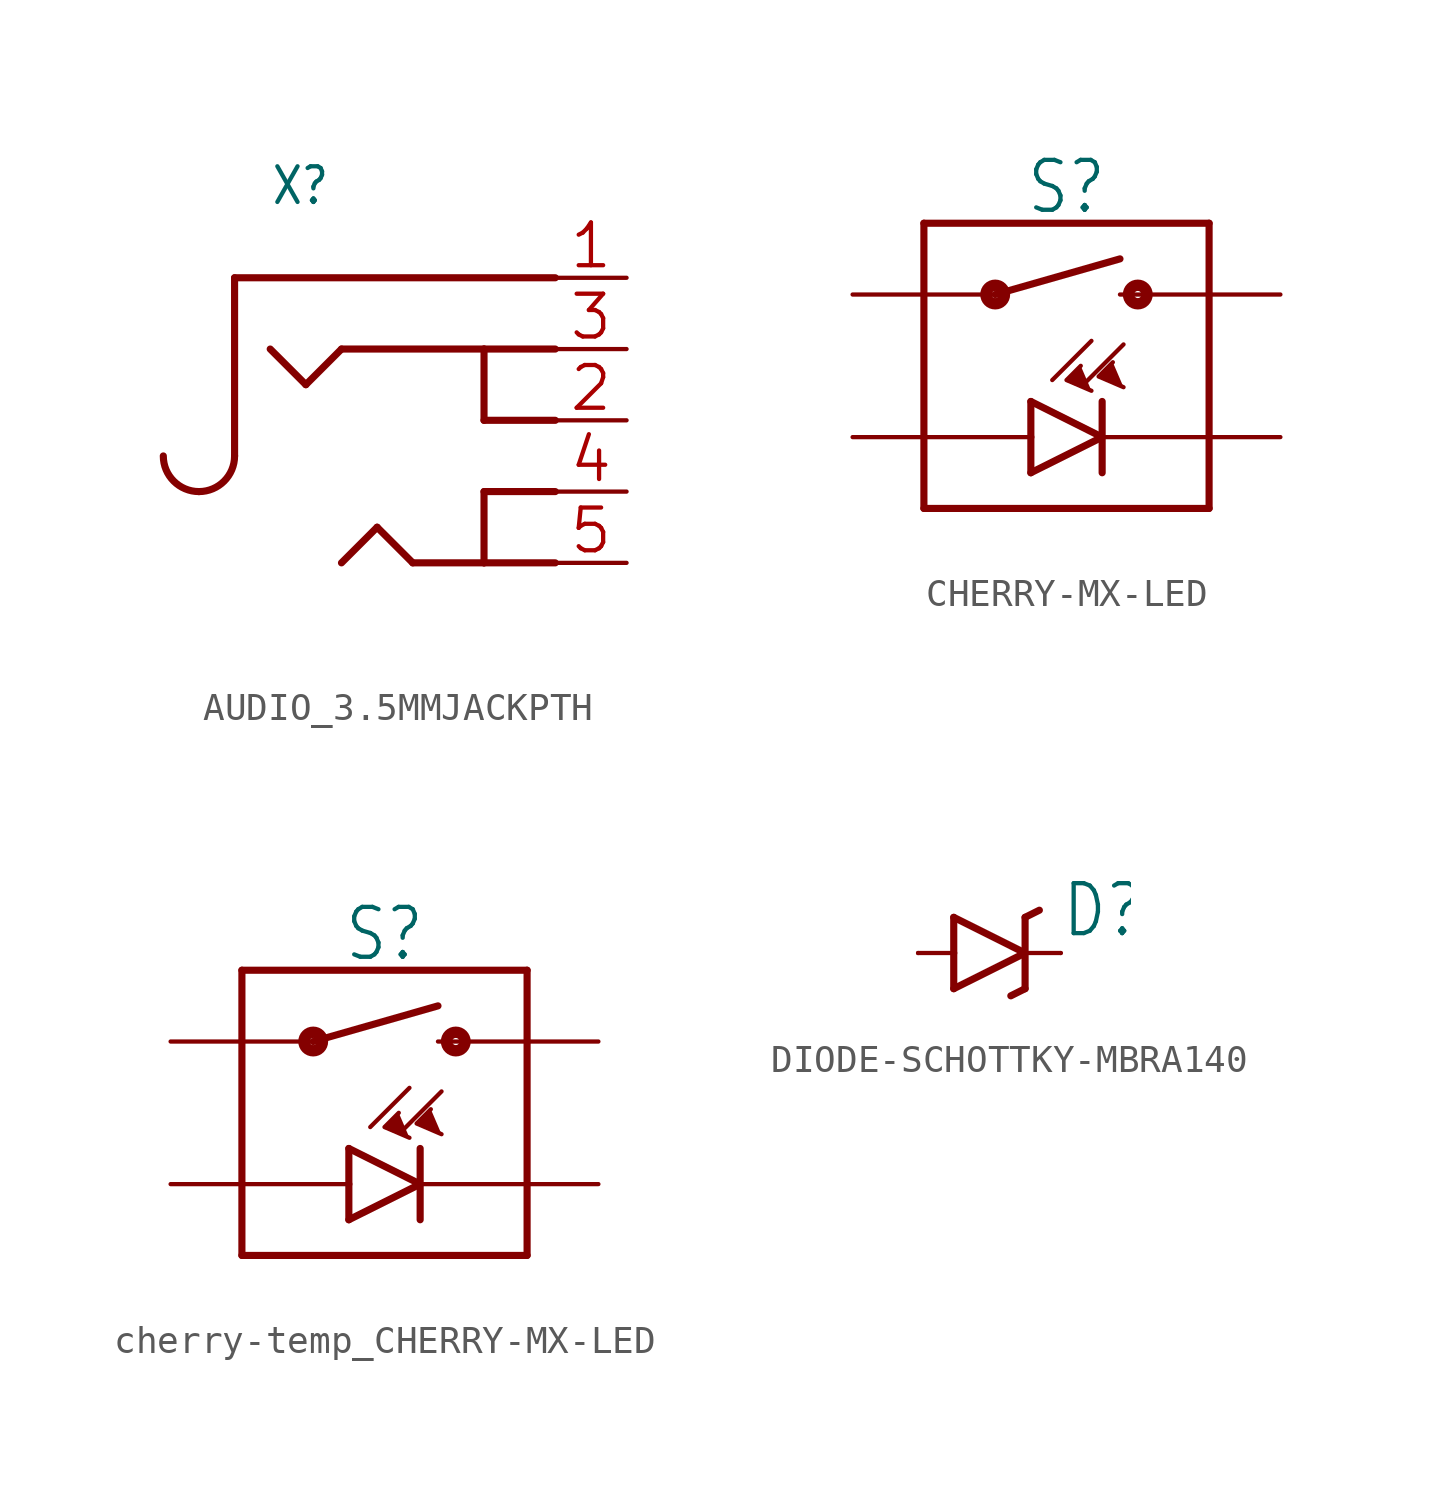
<source format=kicad_sym>
(kicad_symbol_lib
  (version 20241209)
  (generator "kicad_symbol_editor")
  (generator_version "9.0")
  (symbol "AUDIO_3.5MMJACKPTH"
    (property "Reference" "X"
      (at -5.08 7.62 0)
      (effects (font (size 1.27 1.079)) (justify left bottom)))
    (property "Value" ""
      (at -5.08 -7.62 0)
      (effects (font (size 1.27 1.079)) (justify left bottom)))
    (property "ki_locked" ""
      (at 0 0 0)
      (effects (font (size 1.27 1.27))))
    (symbol "AUDIO_3.5MMJACKPTH_1_0"
      (arc (start -6.35 -1.27) (mid -6.722 -2.168) (end -7.62 -2.54) (stroke (width 0.254) (type solid)) (fill (type none)))
      (arc (start -7.62 -2.54) (mid -8.518 -2.168) (end -8.89 -1.27) (stroke (width 0.254) (type solid)) (fill (type none)))
      (polyline (pts (xy -6.35 5.08) (xy -6.35 -1.27)) (stroke (width 0.254) (type solid)) (fill (type none)))
      (polyline (pts (xy -3.81 1.27) (xy -5.08 2.54)) (stroke (width 0.254) (type solid)) (fill (type none)))
      (polyline (pts (xy -2.54 2.54) (xy -3.81 1.27)) (stroke (width 0.254) (type solid)) (fill (type none)))
      (polyline (pts (xy -1.27 -3.81) (xy -2.54 -5.08)) (stroke (width 0.254) (type solid)) (fill (type none)))
      (polyline (pts (xy 0 -5.08) (xy -1.27 -3.81)) (stroke (width 0.254) (type solid)) (fill (type none)))
      (polyline (pts (xy 2.54 2.54) (xy -2.54 2.54)) (stroke (width 0.254) (type solid)) (fill (type none)))
      (polyline (pts (xy 2.54 0) (xy 2.54 2.54)) (stroke (width 0.254) (type solid)) (fill (type none)))
      (polyline (pts (xy 2.54 -2.54) (xy 2.54 -5.08)) (stroke (width 0.254) (type solid)) (fill (type none)))
      (polyline (pts (xy 2.54 -5.08) (xy 0 -5.08)) (stroke (width 0.254) (type solid)) (fill (type none)))
      (polyline (pts (xy 5.08 5.08) (xy -6.35 5.08)) (stroke (width 0.254) (type solid)) (fill (type none)))
      (polyline (pts (xy 5.08 2.54) (xy 2.54 2.54)) (stroke (width 0.254) (type solid)) (fill (type none)))
      (polyline (pts (xy 5.08 0) (xy 2.54 0)) (stroke (width 0.254) (type solid)) (fill (type none)))
      (polyline (pts (xy 5.08 -2.54) (xy 2.54 -2.54)) (stroke (width 0.254) (type solid)) (fill (type none)))
      (polyline (pts (xy 5.08 -5.08) (xy 2.54 -5.08)) (stroke (width 0.254) (type solid)) (fill (type none)))
      (pin bidirectional line (at 7.62 5.08 180) (length 2.54) (name "P$1" (effects (font (size 0 0)))) (number "1" (effects (font (size 1.524 1.524)))))
      (pin bidirectional line (at 7.62 2.54 180) (length 2.54) (name "P$2" (effects (font (size 0 0)))) (number "3" (effects (font (size 1.524 1.524)))))
      (pin bidirectional line (at 7.62 0 180) (length 2.54) (name "P$3" (effects (font (size 0 0)))) (number "2" (effects (font (size 1.524 1.524)))))
      (pin bidirectional line (at 7.62 -2.54 180) (length 2.54) (name "P$4" (effects (font (size 0 0)))) (number "4" (effects (font (size 1.524 1.524)))))
      (pin bidirectional line (at 7.62 -5.08 180) (length 2.54) (name "P$5" (effects (font (size 0 0)))) (number "5" (effects (font (size 1.524 1.524)))))))
  (symbol "CHERRY-MX-LED"
    (property "Reference" "S"
      (at 0 5.334 0)
      (effects (font (size 1.778 1.511)) (justify bottom)))
    (property "Value" ""
      (at 0 -5.334 0)
      (effects (font (size 1.778 1.511)) (justify top)))
    (property "ki_locked" ""
      (at 0 0 0)
      (effects (font (size 1.27 1.27))))
    (symbol "CHERRY-MX-LED_1_0"
      (polyline (pts (xy -5.08 5.08) (xy -5.08 2.54)) (stroke (width 0.254) (type solid)) (fill (type none)))
      (polyline (pts (xy -5.08 2.54) (xy -5.08 -2.54)) (stroke (width 0.254) (type solid)) (fill (type none)))
      (polyline (pts (xy -5.08 2.54) (xy -2.54 2.54)) (stroke (width 0.152) (type solid)) (fill (type none)))
      (polyline (pts (xy -5.08 -2.54) (xy -5.08 -5.08)) (stroke (width 0.254) (type solid)) (fill (type none)))
      (polyline (pts (xy -5.08 -2.54) (xy -1.27 -2.54)) (stroke (width 0.152) (type solid)) (fill (type none)))
      (polyline (pts (xy -5.08 -5.08) (xy 5.08 -5.08)) (stroke (width 0.254) (type solid)) (fill (type none)))
      (circle (center -2.54 2.54) (radius 0.127) (stroke (width 0.406) (type solid)) (fill (type none)))
      (polyline (pts (xy -2.54 2.54) (xy 1.905 3.81)) (stroke (width 0.254) (type solid)) (fill (type none)))
      (polyline (pts (xy -1.27 -2.54) (xy -1.27 -1.27)) (stroke (width 0.254) (type solid)) (fill (type none)))
      (polyline (pts (xy -1.27 -3.81) (xy -1.27 -2.54)) (stroke (width 0.254) (type solid)) (fill (type none)))
      (polyline (pts (xy -1.27 -3.81) (xy 1.27 -2.54)) (stroke (width 0.254) (type solid)) (fill (type none)))
      (polyline (pts (xy -0.508 -0.508) (xy 0.889 0.889)) (stroke (width 0.152) (type solid)) (fill (type none)))
      (polyline (pts (xy 0.635 -0.635) (xy 2.032 0.762)) (stroke (width 0.152) (type solid)) (fill (type none)))
      (polyline (pts (xy 0.889 -0.889) (xy 0 -0.508) (xy 0.508 0)) (stroke (width 0.152) (type solid)) (fill (type outline)))
      (polyline (pts (xy 1.27 -2.54) (xy -1.27 -1.27)) (stroke (width 0.254) (type solid)) (fill (type none)))
      (polyline (pts (xy 1.27 -2.54) (xy 1.27 -1.27)) (stroke (width 0.254) (type solid)) (fill (type none)))
      (polyline (pts (xy 1.27 -2.54) (xy 5.08 -2.54)) (stroke (width 0.152) (type solid)) (fill (type none)))
      (polyline (pts (xy 1.27 -3.81) (xy 1.27 -2.54)) (stroke (width 0.254) (type solid)) (fill (type none)))
      (polyline (pts (xy 1.905 2.54) (xy 5.08 2.54)) (stroke (width 0.152) (type solid)) (fill (type none)))
      (polyline (pts (xy 2.032 -0.762) (xy 1.143 -0.381) (xy 1.651 0.127)) (stroke (width 0.152) (type solid)) (fill (type outline)))
      (circle (center 2.54 2.54) (radius 0.127) (stroke (width 0.406) (type solid)) (fill (type none)))
      (polyline (pts (xy 5.08 5.08) (xy -5.08 5.08)) (stroke (width 0.254) (type solid)) (fill (type none)))
      (polyline (pts (xy 5.08 2.54) (xy 5.08 5.08)) (stroke (width 0.254) (type solid)) (fill (type none)))
      (polyline (pts (xy 5.08 -2.54) (xy 5.08 2.54)) (stroke (width 0.254) (type solid)) (fill (type none)))
      (polyline (pts (xy 5.08 -5.08) (xy 5.08 -2.54)) (stroke (width 0.254) (type solid)) (fill (type none)))
      (pin passive line (at -7.62 2.54 0) (length 2.54) (name "S1" (effects (font (size 0 0)))) (number "S1" (effects (font (size 0 0)))))
      (pin passive line (at -7.62 -2.54 0) (length 2.54) (name "A" (effects (font (size 0 0)))) (number "A" (effects (font (size 0 0)))))
      (pin passive line (at 7.62 2.54 180) (length 2.54) (name "S2" (effects (font (size 0 0)))) (number "S2" (effects (font (size 0 0)))))
      (pin passive line (at 7.62 -2.54 180) (length 2.54) (name "C" (effects (font (size 0 0)))) (number "K" (effects (font (size 0 0)))))))
  (symbol "cherry-temp_CHERRY-MX-LED"
    (property "Reference" "S"
      (at 0 5.334 0)
      (effects (font (size 1.778 1.511)) (justify bottom)))
    (property "Value" ""
      (at 0 -5.334 0)
      (effects (font (size 1.778 1.511)) (justify top)))
    (property "ki_locked" ""
      (at 0 0 0)
      (effects (font (size 1.27 1.27))))
    (symbol "cherry-temp_CHERRY-MX-LED_1_0"
      (polyline (pts (xy -5.08 5.08) (xy -5.08 2.54)) (stroke (width 0.254) (type solid)) (fill (type none)))
      (polyline (pts (xy -5.08 2.54) (xy -5.08 -2.54)) (stroke (width 0.254) (type solid)) (fill (type none)))
      (polyline (pts (xy -5.08 2.54) (xy -2.54 2.54)) (stroke (width 0.152) (type solid)) (fill (type none)))
      (polyline (pts (xy -5.08 -2.54) (xy -5.08 -5.08)) (stroke (width 0.254) (type solid)) (fill (type none)))
      (polyline (pts (xy -5.08 -2.54) (xy -1.27 -2.54)) (stroke (width 0.152) (type solid)) (fill (type none)))
      (polyline (pts (xy -5.08 -5.08) (xy 5.08 -5.08)) (stroke (width 0.254) (type solid)) (fill (type none)))
      (circle (center -2.54 2.54) (radius 0.127) (stroke (width 0.406) (type solid)) (fill (type none)))
      (polyline (pts (xy -2.54 2.54) (xy 1.905 3.81)) (stroke (width 0.254) (type solid)) (fill (type none)))
      (polyline (pts (xy -1.27 -2.54) (xy -1.27 -1.27)) (stroke (width 0.254) (type solid)) (fill (type none)))
      (polyline (pts (xy -1.27 -3.81) (xy -1.27 -2.54)) (stroke (width 0.254) (type solid)) (fill (type none)))
      (polyline (pts (xy -1.27 -3.81) (xy 1.27 -2.54)) (stroke (width 0.254) (type solid)) (fill (type none)))
      (polyline (pts (xy -0.508 -0.508) (xy 0.889 0.889)) (stroke (width 0.152) (type solid)) (fill (type none)))
      (polyline (pts (xy 0.635 -0.635) (xy 2.032 0.762)) (stroke (width 0.152) (type solid)) (fill (type none)))
      (polyline (pts (xy 0.889 -0.889) (xy 0 -0.508) (xy 0.508 0)) (stroke (width 0.152) (type solid)) (fill (type outline)))
      (polyline (pts (xy 1.27 -2.54) (xy -1.27 -1.27)) (stroke (width 0.254) (type solid)) (fill (type none)))
      (polyline (pts (xy 1.27 -2.54) (xy 1.27 -1.27)) (stroke (width 0.254) (type solid)) (fill (type none)))
      (polyline (pts (xy 1.27 -2.54) (xy 5.08 -2.54)) (stroke (width 0.152) (type solid)) (fill (type none)))
      (polyline (pts (xy 1.27 -3.81) (xy 1.27 -2.54)) (stroke (width 0.254) (type solid)) (fill (type none)))
      (polyline (pts (xy 1.905 2.54) (xy 5.08 2.54)) (stroke (width 0.152) (type solid)) (fill (type none)))
      (polyline (pts (xy 2.032 -0.762) (xy 1.143 -0.381) (xy 1.651 0.127)) (stroke (width 0.152) (type solid)) (fill (type outline)))
      (circle (center 2.54 2.54) (radius 0.127) (stroke (width 0.406) (type solid)) (fill (type none)))
      (polyline (pts (xy 5.08 5.08) (xy -5.08 5.08)) (stroke (width 0.254) (type solid)) (fill (type none)))
      (polyline (pts (xy 5.08 2.54) (xy 5.08 5.08)) (stroke (width 0.254) (type solid)) (fill (type none)))
      (polyline (pts (xy 5.08 -2.54) (xy 5.08 2.54)) (stroke (width 0.254) (type solid)) (fill (type none)))
      (polyline (pts (xy 5.08 -5.08) (xy 5.08 -2.54)) (stroke (width 0.254) (type solid)) (fill (type none)))
      (pin passive line (at -7.62 2.54 0) (length 2.54) (name "S1" (effects (font (size 0 0)))) (number "S1" (effects (font (size 0 0)))))
      (pin passive line (at -7.62 -2.54 0) (length 2.54) (name "A" (effects (font (size 0 0)))) (number "A" (effects (font (size 0 0)))))
      (pin passive line (at 7.62 2.54 180) (length 2.54) (name "S2" (effects (font (size 0 0)))) (number "S2" (effects (font (size 0 0)))))
      (pin passive line (at 7.62 -2.54 180) (length 2.54) (name "C" (effects (font (size 0 0)))) (number "K" (effects (font (size 0 0)))))))
  (symbol "DIODE-SCHOTTKY-MBRA140"
    (property "Reference" "D"
      (at 2.54 0.483 0)
      (effects (font (size 1.778 1.511)) (justify left bottom)))
    (property "Value" ""
      (at 2.54 -2.311 0)
      (effects (font (size 1.778 1.511)) (justify left bottom)))
    (property "ki_locked" ""
      (at 0 0 0)
      (effects (font (size 1.27 1.27))))
    (symbol "DIODE-SCHOTTKY-MBRA140_1_0"
      (polyline (pts (xy -2.54 0) (xy -1.27 0)) (stroke (width 0.152) (type solid)) (fill (type none)))
      (polyline (pts (xy -1.27 1.27) (xy -1.27 0)) (stroke (width 0.254) (type solid)) (fill (type none)))
      (polyline (pts (xy -1.27 0) (xy -1.27 -1.27)) (stroke (width 0.254) (type solid)) (fill (type none)))
      (polyline (pts (xy -1.27 -1.27) (xy 1.27 0)) (stroke (width 0.254) (type solid)) (fill (type none)))
      (polyline (pts (xy 1.27 1.27) (xy 1.27 0)) (stroke (width 0.254) (type solid)) (fill (type none)))
      (polyline (pts (xy 1.27 1.27) (xy 1.778 1.524)) (stroke (width 0.254) (type solid)) (fill (type none)))
      (polyline (pts (xy 1.27 0) (xy -1.27 1.27)) (stroke (width 0.254) (type solid)) (fill (type none)))
      (polyline (pts (xy 1.27 0) (xy 1.27 -1.27)) (stroke (width 0.254) (type solid)) (fill (type none)))
      (polyline (pts (xy 1.27 -1.27) (xy 0.762 -1.524)) (stroke (width 0.254) (type solid)) (fill (type none)))
      (polyline (pts (xy 2.54 0) (xy 1.27 0)) (stroke (width 0.152) (type solid)) (fill (type none)))
      (pin passive line (at -2.54 0 0) (length 0) (name "A" (effects (font (size 0 0)))) (number "A" (effects (font (size 0 0)))))
      (pin passive line (at 2.54 0 180) (length 0) (name "C" (effects (font (size 0 0)))) (number "C" (effects (font (size 0 0))))))))
</source>
